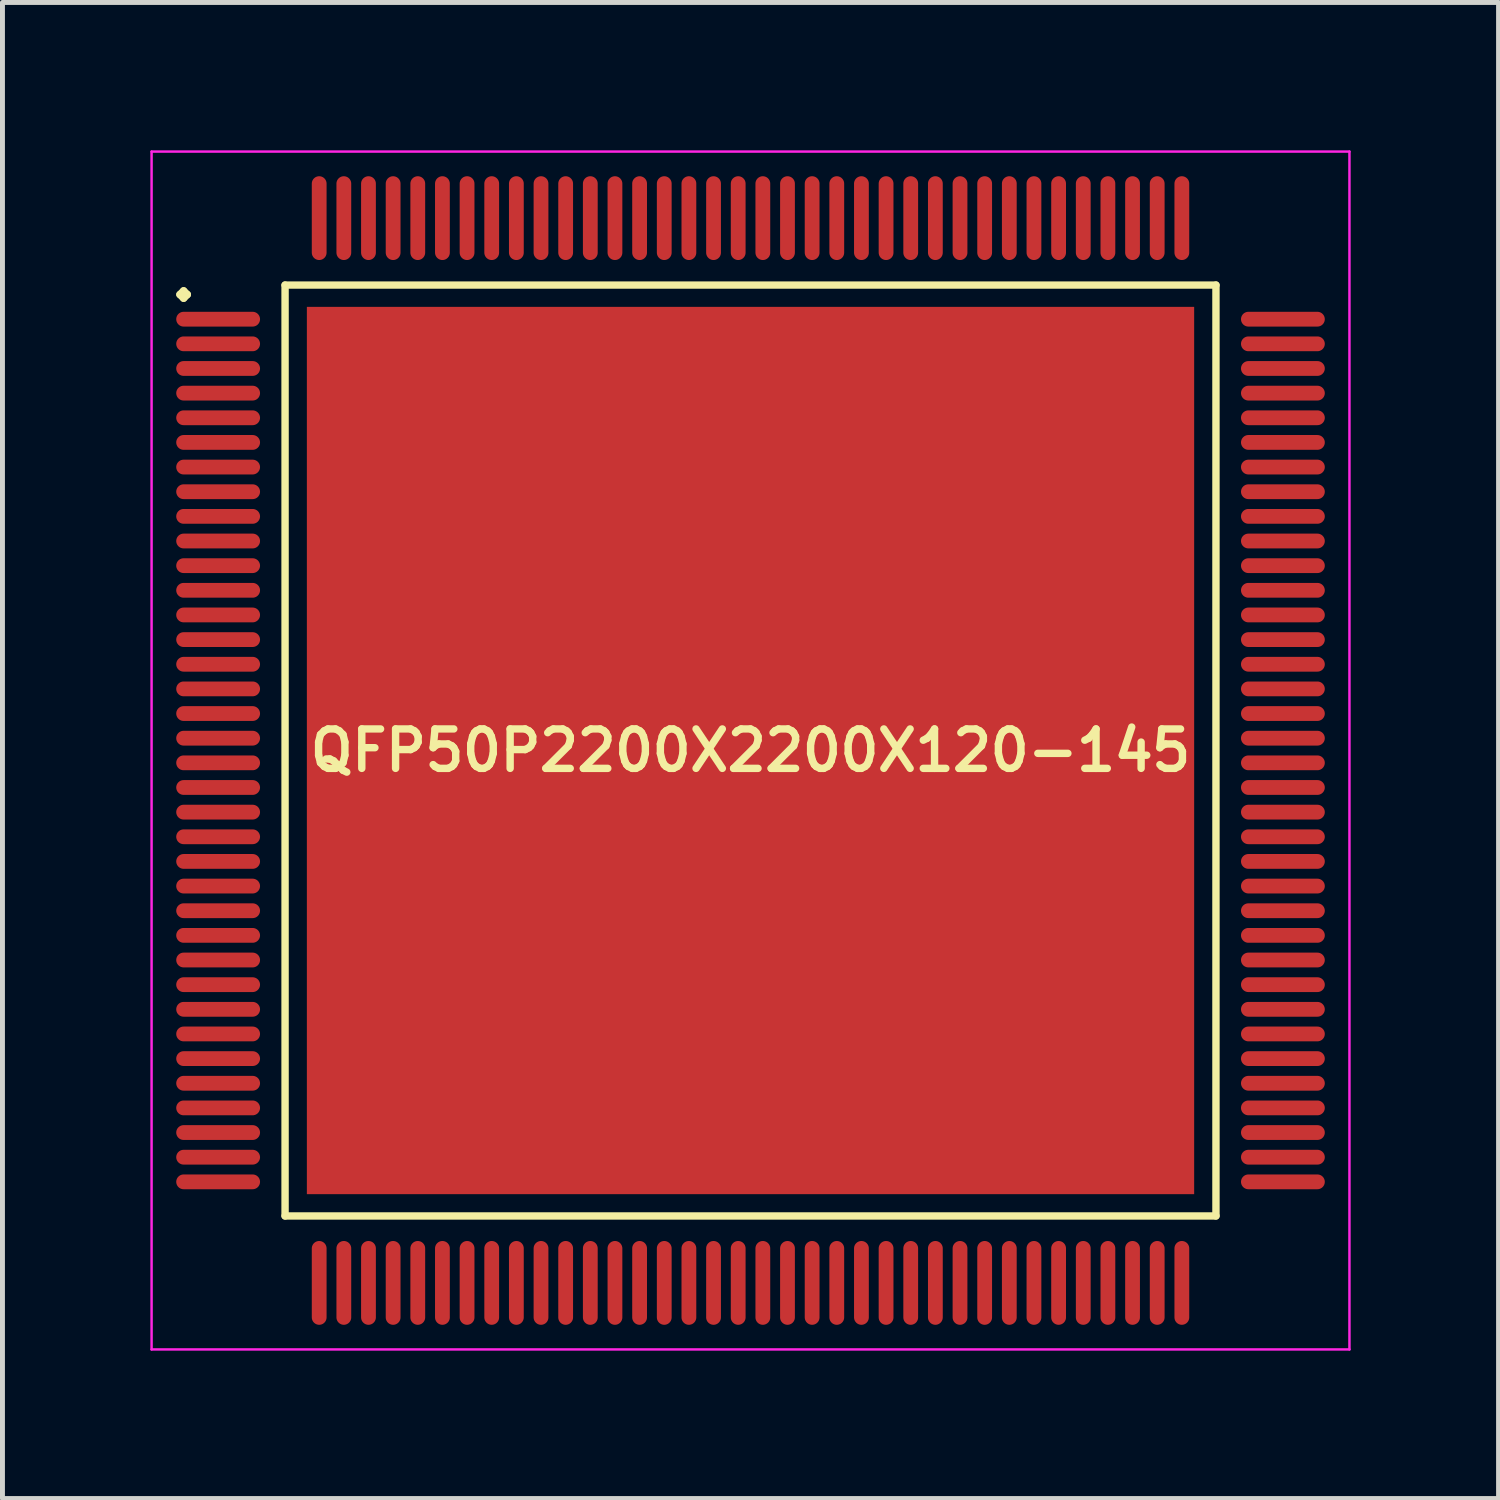
<source format=kicad_pcb>
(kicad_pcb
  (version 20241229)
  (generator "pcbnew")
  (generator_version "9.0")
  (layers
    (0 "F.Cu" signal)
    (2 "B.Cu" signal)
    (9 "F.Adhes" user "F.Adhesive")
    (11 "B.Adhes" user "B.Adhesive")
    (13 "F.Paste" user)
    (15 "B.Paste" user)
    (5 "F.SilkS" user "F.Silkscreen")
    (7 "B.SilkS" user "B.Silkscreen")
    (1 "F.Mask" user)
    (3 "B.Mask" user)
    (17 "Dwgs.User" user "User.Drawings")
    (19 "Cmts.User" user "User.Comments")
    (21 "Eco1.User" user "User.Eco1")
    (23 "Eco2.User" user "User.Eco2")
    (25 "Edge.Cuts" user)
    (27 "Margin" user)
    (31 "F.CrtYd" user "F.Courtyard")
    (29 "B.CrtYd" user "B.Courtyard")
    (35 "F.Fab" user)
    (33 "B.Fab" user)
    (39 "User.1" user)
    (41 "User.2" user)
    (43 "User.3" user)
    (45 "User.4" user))
  (footprint "QFP50P2200X2200X120-145"
    (layer "F.Cu")
    (at 12.175 12.175)
    (property "Reference" "QFP50P2200X2200X120-145" (at 0 0 0) (layer "F.SilkS") (effects (font (size 0.8 0.8) (thickness 0.15))))
    (attr smd)
    (fp_line (start -11.575 -9.25) (end -11.5 -9.325) (stroke (width 0.15) (type solid)) (layer "F.SilkS"))
    (fp_line (start -11.5 -9.325) (end -11.425 -9.25) (stroke (width 0.15) (type solid)) (layer "F.SilkS"))
    (fp_line (start -11.5 -9.175) (end -11.575 -9.25) (stroke (width 0.15) (type solid)) (layer "F.SilkS"))
    (fp_line (start -11.425 -9.25) (end -11.5 -9.175) (stroke (width 0.15) (type solid)) (layer "F.SilkS"))
    (fp_line (start -9.442 -9.442) (end -9.442 9.442) (stroke (width 0.15) (type solid)) (layer "F.SilkS"))
    (fp_line (start -9.442 9.442) (end 9.442 9.442) (stroke (width 0.15) (type solid)) (layer "F.SilkS"))
    (fp_line (start 9.442 -9.442) (end -9.442 -9.442) (stroke (width 0.15) (type solid)) (layer "F.SilkS"))
    (fp_line (start 9.442 9.442) (end 9.442 -9.442) (stroke (width 0.15) (type solid)) (layer "F.SilkS"))
    (fp_line (start -12.15 -12.15) (end 12.15 -12.15) (stroke (width 0.05) (type solid)) (layer "F.CrtYd"))
    (fp_line (start -12.15 12.15) (end -12.15 -12.15) (stroke (width 0.05) (type solid)) (layer "F.CrtYd"))
    (fp_line (start 12.15 -12.15) (end 12.15 12.15) (stroke (width 0.05) (type solid)) (layer "F.CrtYd"))
    (fp_line (start 12.15 12.15) (end -12.15 12.15) (stroke (width 0.05) (type solid)) (layer "F.CrtYd"))
    (pad "1" smd oval (at -10.8 -8.75) (size 1.7 0.3) (layers "F.Cu" "F.Mask" "F.Paste"))
    (pad "2" smd oval (at -10.8 -8.25) (size 1.7 0.3) (layers "F.Cu" "F.Mask" "F.Paste"))
    (pad "3" smd oval (at -10.8 -7.75) (size 1.7 0.3) (layers "F.Cu" "F.Mask" "F.Paste"))
    (pad "4" smd oval (at -10.8 -7.25) (size 1.7 0.3) (layers "F.Cu" "F.Mask" "F.Paste"))
    (pad "5" smd oval (at -10.8 -6.75) (size 1.7 0.3) (layers "F.Cu" "F.Mask" "F.Paste"))
    (pad "6" smd oval (at -10.8 -6.25) (size 1.7 0.3) (layers "F.Cu" "F.Mask" "F.Paste"))
    (pad "7" smd oval (at -10.8 -5.75) (size 1.7 0.3) (layers "F.Cu" "F.Mask" "F.Paste"))
    (pad "8" smd oval (at -10.8 -5.25) (size 1.7 0.3) (layers "F.Cu" "F.Mask" "F.Paste"))
    (pad "9" smd oval (at -10.8 -4.75) (size 1.7 0.3) (layers "F.Cu" "F.Mask" "F.Paste"))
    (pad "10" smd oval (at -10.8 -4.25) (size 1.7 0.3) (layers "F.Cu" "F.Mask" "F.Paste"))
    (pad "11" smd oval (at -10.8 -3.75) (size 1.7 0.3) (layers "F.Cu" "F.Mask" "F.Paste"))
    (pad "12" smd oval (at -10.8 -3.25) (size 1.7 0.3) (layers "F.Cu" "F.Mask" "F.Paste"))
    (pad "13" smd oval (at -10.8 -2.75) (size 1.7 0.3) (layers "F.Cu" "F.Mask" "F.Paste"))
    (pad "14" smd oval (at -10.8 -2.25) (size 1.7 0.3) (layers "F.Cu" "F.Mask" "F.Paste"))
    (pad "15" smd oval (at -10.8 -1.75) (size 1.7 0.3) (layers "F.Cu" "F.Mask" "F.Paste"))
    (pad "16" smd oval (at -10.8 -1.25) (size 1.7 0.3) (layers "F.Cu" "F.Mask" "F.Paste"))
    (pad "17" smd oval (at -10.8 -0.75) (size 1.7 0.3) (layers "F.Cu" "F.Mask" "F.Paste"))
    (pad "18" smd oval (at -10.8 -0.25) (size 1.7 0.3) (layers "F.Cu" "F.Mask" "F.Paste"))
    (pad "19" smd oval (at -10.8 0.25) (size 1.7 0.3) (layers "F.Cu" "F.Mask" "F.Paste"))
    (pad "20" smd oval (at -10.8 0.75) (size 1.7 0.3) (layers "F.Cu" "F.Mask" "F.Paste"))
    (pad "21" smd oval (at -10.8 1.25) (size 1.7 0.3) (layers "F.Cu" "F.Mask" "F.Paste"))
    (pad "22" smd oval (at -10.8 1.75) (size 1.7 0.3) (layers "F.Cu" "F.Mask" "F.Paste"))
    (pad "23" smd oval (at -10.8 2.25) (size 1.7 0.3) (layers "F.Cu" "F.Mask" "F.Paste"))
    (pad "24" smd oval (at -10.8 2.75) (size 1.7 0.3) (layers "F.Cu" "F.Mask" "F.Paste"))
    (pad "25" smd oval (at -10.8 3.25) (size 1.7 0.3) (layers "F.Cu" "F.Mask" "F.Paste"))
    (pad "26" smd oval (at -10.8 3.75) (size 1.7 0.3) (layers "F.Cu" "F.Mask" "F.Paste"))
    (pad "27" smd oval (at -10.8 4.25) (size 1.7 0.3) (layers "F.Cu" "F.Mask" "F.Paste"))
    (pad "28" smd oval (at -10.8 4.75) (size 1.7 0.3) (layers "F.Cu" "F.Mask" "F.Paste"))
    (pad "29" smd oval (at -10.8 5.25) (size 1.7 0.3) (layers "F.Cu" "F.Mask" "F.Paste"))
    (pad "30" smd oval (at -10.8 5.75) (size 1.7 0.3) (layers "F.Cu" "F.Mask" "F.Paste"))
    (pad "31" smd oval (at -10.8 6.25) (size 1.7 0.3) (layers "F.Cu" "F.Mask" "F.Paste"))
    (pad "32" smd oval (at -10.8 6.75) (size 1.7 0.3) (layers "F.Cu" "F.Mask" "F.Paste"))
    (pad "33" smd oval (at -10.8 7.25) (size 1.7 0.3) (layers "F.Cu" "F.Mask" "F.Paste"))
    (pad "34" smd oval (at -10.8 7.75) (size 1.7 0.3) (layers "F.Cu" "F.Mask" "F.Paste"))
    (pad "35" smd oval (at -10.8 8.25) (size 1.7 0.3) (layers "F.Cu" "F.Mask" "F.Paste"))
    (pad "36" smd oval (at -10.8 8.75) (size 1.7 0.3) (layers "F.Cu" "F.Mask" "F.Paste"))
    (pad "37" smd oval (at -8.75 10.8) (size 0.3 1.7) (layers "F.Cu" "F.Mask" "F.Paste"))
    (pad "38" smd oval (at -8.25 10.8) (size 0.3 1.7) (layers "F.Cu" "F.Mask" "F.Paste"))
    (pad "39" smd oval (at -7.75 10.8) (size 0.3 1.7) (layers "F.Cu" "F.Mask" "F.Paste"))
    (pad "40" smd oval (at -7.25 10.8) (size 0.3 1.7) (layers "F.Cu" "F.Mask" "F.Paste"))
    (pad "41" smd oval (at -6.75 10.8) (size 0.3 1.7) (layers "F.Cu" "F.Mask" "F.Paste"))
    (pad "42" smd oval (at -6.25 10.8) (size 0.3 1.7) (layers "F.Cu" "F.Mask" "F.Paste"))
    (pad "43" smd oval (at -5.75 10.8) (size 0.3 1.7) (layers "F.Cu" "F.Mask" "F.Paste"))
    (pad "44" smd oval (at -5.25 10.8) (size 0.3 1.7) (layers "F.Cu" "F.Mask" "F.Paste"))
    (pad "45" smd oval (at -4.75 10.8) (size 0.3 1.7) (layers "F.Cu" "F.Mask" "F.Paste"))
    (pad "46" smd oval (at -4.25 10.8) (size 0.3 1.7) (layers "F.Cu" "F.Mask" "F.Paste"))
    (pad "47" smd oval (at -3.75 10.8) (size 0.3 1.7) (layers "F.Cu" "F.Mask" "F.Paste"))
    (pad "48" smd oval (at -3.25 10.8) (size 0.3 1.7) (layers "F.Cu" "F.Mask" "F.Paste"))
    (pad "49" smd oval (at -2.75 10.8) (size 0.3 1.7) (layers "F.Cu" "F.Mask" "F.Paste"))
    (pad "50" smd oval (at -2.25 10.8) (size 0.3 1.7) (layers "F.Cu" "F.Mask" "F.Paste"))
    (pad "51" smd oval (at -1.75 10.8) (size 0.3 1.7) (layers "F.Cu" "F.Mask" "F.Paste"))
    (pad "52" smd oval (at -1.25 10.8) (size 0.3 1.7) (layers "F.Cu" "F.Mask" "F.Paste"))
    (pad "53" smd oval (at -0.75 10.8) (size 0.3 1.7) (layers "F.Cu" "F.Mask" "F.Paste"))
    (pad "54" smd oval (at -0.25 10.8) (size 0.3 1.7) (layers "F.Cu" "F.Mask" "F.Paste"))
    (pad "55" smd oval (at 0.25 10.8) (size 0.3 1.7) (layers "F.Cu" "F.Mask" "F.Paste"))
    (pad "56" smd oval (at 0.75 10.8) (size 0.3 1.7) (layers "F.Cu" "F.Mask" "F.Paste"))
    (pad "57" smd oval (at 1.25 10.8) (size 0.3 1.7) (layers "F.Cu" "F.Mask" "F.Paste"))
    (pad "58" smd oval (at 1.75 10.8) (size 0.3 1.7) (layers "F.Cu" "F.Mask" "F.Paste"))
    (pad "59" smd oval (at 2.25 10.8) (size 0.3 1.7) (layers "F.Cu" "F.Mask" "F.Paste"))
    (pad "60" smd oval (at 2.75 10.8) (size 0.3 1.7) (layers "F.Cu" "F.Mask" "F.Paste"))
    (pad "61" smd oval (at 3.25 10.8) (size 0.3 1.7) (layers "F.Cu" "F.Mask" "F.Paste"))
    (pad "62" smd oval (at 3.75 10.8) (size 0.3 1.7) (layers "F.Cu" "F.Mask" "F.Paste"))
    (pad "63" smd oval (at 4.25 10.8) (size 0.3 1.7) (layers "F.Cu" "F.Mask" "F.Paste"))
    (pad "64" smd oval (at 4.75 10.8) (size 0.3 1.7) (layers "F.Cu" "F.Mask" "F.Paste"))
    (pad "65" smd oval (at 5.25 10.8) (size 0.3 1.7) (layers "F.Cu" "F.Mask" "F.Paste"))
    (pad "66" smd oval (at 5.75 10.8) (size 0.3 1.7) (layers "F.Cu" "F.Mask" "F.Paste"))
    (pad "67" smd oval (at 6.25 10.8) (size 0.3 1.7) (layers "F.Cu" "F.Mask" "F.Paste"))
    (pad "68" smd oval (at 6.75 10.8) (size 0.3 1.7) (layers "F.Cu" "F.Mask" "F.Paste"))
    (pad "69" smd oval (at 7.25 10.8) (size 0.3 1.7) (layers "F.Cu" "F.Mask" "F.Paste"))
    (pad "70" smd oval (at 7.75 10.8) (size 0.3 1.7) (layers "F.Cu" "F.Mask" "F.Paste"))
    (pad "71" smd oval (at 8.25 10.8) (size 0.3 1.7) (layers "F.Cu" "F.Mask" "F.Paste"))
    (pad "72" smd oval (at 8.75 10.8) (size 0.3 1.7) (layers "F.Cu" "F.Mask" "F.Paste"))
    (pad "73" smd oval (at 10.8 8.75) (size 1.7 0.3) (layers "F.Cu" "F.Mask" "F.Paste"))
    (pad "74" smd oval (at 10.8 8.25) (size 1.7 0.3) (layers "F.Cu" "F.Mask" "F.Paste"))
    (pad "75" smd oval (at 10.8 7.75) (size 1.7 0.3) (layers "F.Cu" "F.Mask" "F.Paste"))
    (pad "76" smd oval (at 10.8 7.25) (size 1.7 0.3) (layers "F.Cu" "F.Mask" "F.Paste"))
    (pad "77" smd oval (at 10.8 6.75) (size 1.7 0.3) (layers "F.Cu" "F.Mask" "F.Paste"))
    (pad "78" smd oval (at 10.8 6.25) (size 1.7 0.3) (layers "F.Cu" "F.Mask" "F.Paste"))
    (pad "79" smd oval (at 10.8 5.75) (size 1.7 0.3) (layers "F.Cu" "F.Mask" "F.Paste"))
    (pad "80" smd oval (at 10.8 5.25) (size 1.7 0.3) (layers "F.Cu" "F.Mask" "F.Paste"))
    (pad "81" smd oval (at 10.8 4.75) (size 1.7 0.3) (layers "F.Cu" "F.Mask" "F.Paste"))
    (pad "82" smd oval (at 10.8 4.25) (size 1.7 0.3) (layers "F.Cu" "F.Mask" "F.Paste"))
    (pad "83" smd oval (at 10.8 3.75) (size 1.7 0.3) (layers "F.Cu" "F.Mask" "F.Paste"))
    (pad "84" smd oval (at 10.8 3.25) (size 1.7 0.3) (layers "F.Cu" "F.Mask" "F.Paste"))
    (pad "85" smd oval (at 10.8 2.75) (size 1.7 0.3) (layers "F.Cu" "F.Mask" "F.Paste"))
    (pad "86" smd oval (at 10.8 2.25) (size 1.7 0.3) (layers "F.Cu" "F.Mask" "F.Paste"))
    (pad "87" smd oval (at 10.8 1.75) (size 1.7 0.3) (layers "F.Cu" "F.Mask" "F.Paste"))
    (pad "88" smd oval (at 10.8 1.25) (size 1.7 0.3) (layers "F.Cu" "F.Mask" "F.Paste"))
    (pad "89" smd oval (at 10.8 0.75) (size 1.7 0.3) (layers "F.Cu" "F.Mask" "F.Paste"))
    (pad "90" smd oval (at 10.8 0.25) (size 1.7 0.3) (layers "F.Cu" "F.Mask" "F.Paste"))
    (pad "91" smd oval (at 10.8 -0.25) (size 1.7 0.3) (layers "F.Cu" "F.Mask" "F.Paste"))
    (pad "92" smd oval (at 10.8 -0.75) (size 1.7 0.3) (layers "F.Cu" "F.Mask" "F.Paste"))
    (pad "93" smd oval (at 10.8 -1.25) (size 1.7 0.3) (layers "F.Cu" "F.Mask" "F.Paste"))
    (pad "94" smd oval (at 10.8 -1.75) (size 1.7 0.3) (layers "F.Cu" "F.Mask" "F.Paste"))
    (pad "95" smd oval (at 10.8 -2.25) (size 1.7 0.3) (layers "F.Cu" "F.Mask" "F.Paste"))
    (pad "96" smd oval (at 10.8 -2.75) (size 1.7 0.3) (layers "F.Cu" "F.Mask" "F.Paste"))
    (pad "97" smd oval (at 10.8 -3.25) (size 1.7 0.3) (layers "F.Cu" "F.Mask" "F.Paste"))
    (pad "98" smd oval (at 10.8 -3.75) (size 1.7 0.3) (layers "F.Cu" "F.Mask" "F.Paste"))
    (pad "99" smd oval (at 10.8 -4.25) (size 1.7 0.3) (layers "F.Cu" "F.Mask" "F.Paste"))
    (pad "100" smd oval (at 10.8 -4.75) (size 1.7 0.3) (layers "F.Cu" "F.Mask" "F.Paste"))
    (pad "101" smd oval (at 10.8 -5.25) (size 1.7 0.3) (layers "F.Cu" "F.Mask" "F.Paste"))
    (pad "102" smd oval (at 10.8 -5.75) (size 1.7 0.3) (layers "F.Cu" "F.Mask" "F.Paste"))
    (pad "103" smd oval (at 10.8 -6.25) (size 1.7 0.3) (layers "F.Cu" "F.Mask" "F.Paste"))
    (pad "104" smd oval (at 10.8 -6.75) (size 1.7 0.3) (layers "F.Cu" "F.Mask" "F.Paste"))
    (pad "105" smd oval (at 10.8 -7.25) (size 1.7 0.3) (layers "F.Cu" "F.Mask" "F.Paste"))
    (pad "106" smd oval (at 10.8 -7.75) (size 1.7 0.3) (layers "F.Cu" "F.Mask" "F.Paste"))
    (pad "107" smd oval (at 10.8 -8.25) (size 1.7 0.3) (layers "F.Cu" "F.Mask" "F.Paste"))
    (pad "108" smd oval (at 10.8 -8.75) (size 1.7 0.3) (layers "F.Cu" "F.Mask" "F.Paste"))
    (pad "109" smd oval (at 8.75 -10.8) (size 0.3 1.7) (layers "F.Cu" "F.Mask" "F.Paste"))
    (pad "110" smd oval (at 8.25 -10.8) (size 0.3 1.7) (layers "F.Cu" "F.Mask" "F.Paste"))
    (pad "111" smd oval (at 7.75 -10.8) (size 0.3 1.7) (layers "F.Cu" "F.Mask" "F.Paste"))
    (pad "112" smd oval (at 7.25 -10.8) (size 0.3 1.7) (layers "F.Cu" "F.Mask" "F.Paste"))
    (pad "113" smd oval (at 6.75 -10.8) (size 0.3 1.7) (layers "F.Cu" "F.Mask" "F.Paste"))
    (pad "114" smd oval (at 6.25 -10.8) (size 0.3 1.7) (layers "F.Cu" "F.Mask" "F.Paste"))
    (pad "115" smd oval (at 5.75 -10.8) (size 0.3 1.7) (layers "F.Cu" "F.Mask" "F.Paste"))
    (pad "116" smd oval (at 5.25 -10.8) (size 0.3 1.7) (layers "F.Cu" "F.Mask" "F.Paste"))
    (pad "117" smd oval (at 4.75 -10.8) (size 0.3 1.7) (layers "F.Cu" "F.Mask" "F.Paste"))
    (pad "118" smd oval (at 4.25 -10.8) (size 0.3 1.7) (layers "F.Cu" "F.Mask" "F.Paste"))
    (pad "119" smd oval (at 3.75 -10.8) (size 0.3 1.7) (layers "F.Cu" "F.Mask" "F.Paste"))
    (pad "120" smd oval (at 3.25 -10.8) (size 0.3 1.7) (layers "F.Cu" "F.Mask" "F.Paste"))
    (pad "121" smd oval (at 2.75 -10.8) (size 0.3 1.7) (layers "F.Cu" "F.Mask" "F.Paste"))
    (pad "122" smd oval (at 2.25 -10.8) (size 0.3 1.7) (layers "F.Cu" "F.Mask" "F.Paste"))
    (pad "123" smd oval (at 1.75 -10.8) (size 0.3 1.7) (layers "F.Cu" "F.Mask" "F.Paste"))
    (pad "124" smd oval (at 1.25 -10.8) (size 0.3 1.7) (layers "F.Cu" "F.Mask" "F.Paste"))
    (pad "125" smd oval (at 0.75 -10.8) (size 0.3 1.7) (layers "F.Cu" "F.Mask" "F.Paste"))
    (pad "126" smd oval (at 0.25 -10.8) (size 0.3 1.7) (layers "F.Cu" "F.Mask" "F.Paste"))
    (pad "127" smd oval (at -0.25 -10.8) (size 0.3 1.7) (layers "F.Cu" "F.Mask" "F.Paste"))
    (pad "128" smd oval (at -0.75 -10.8) (size 0.3 1.7) (layers "F.Cu" "F.Mask" "F.Paste"))
    (pad "129" smd oval (at -1.25 -10.8) (size 0.3 1.7) (layers "F.Cu" "F.Mask" "F.Paste"))
    (pad "130" smd oval (at -1.75 -10.8) (size 0.3 1.7) (layers "F.Cu" "F.Mask" "F.Paste"))
    (pad "131" smd oval (at -2.25 -10.8) (size 0.3 1.7) (layers "F.Cu" "F.Mask" "F.Paste"))
    (pad "132" smd oval (at -2.75 -10.8) (size 0.3 1.7) (layers "F.Cu" "F.Mask" "F.Paste"))
    (pad "133" smd oval (at -3.25 -10.8) (size 0.3 1.7) (layers "F.Cu" "F.Mask" "F.Paste"))
    (pad "134" smd oval (at -3.75 -10.8) (size 0.3 1.7) (layers "F.Cu" "F.Mask" "F.Paste"))
    (pad "135" smd oval (at -4.25 -10.8) (size 0.3 1.7) (layers "F.Cu" "F.Mask" "F.Paste"))
    (pad "136" smd oval (at -4.75 -10.8) (size 0.3 1.7) (layers "F.Cu" "F.Mask" "F.Paste"))
    (pad "137" smd oval (at -5.25 -10.8) (size 0.3 1.7) (layers "F.Cu" "F.Mask" "F.Paste"))
    (pad "138" smd oval (at -5.75 -10.8) (size 0.3 1.7) (layers "F.Cu" "F.Mask" "F.Paste"))
    (pad "139" smd oval (at -6.25 -10.8) (size 0.3 1.7) (layers "F.Cu" "F.Mask" "F.Paste"))
    (pad "140" smd oval (at -6.75 -10.8) (size 0.3 1.7) (layers "F.Cu" "F.Mask" "F.Paste"))
    (pad "141" smd oval (at -7.25 -10.8) (size 0.3 1.7) (layers "F.Cu" "F.Mask" "F.Paste"))
    (pad "142" smd oval (at -7.75 -10.8) (size 0.3 1.7) (layers "F.Cu" "F.Mask" "F.Paste"))
    (pad "143" smd oval (at -8.25 -10.8) (size 0.3 1.7) (layers "F.Cu" "F.Mask" "F.Paste"))
    (pad "144" smd oval (at -8.75 -10.8) (size 0.3 1.7) (layers "F.Cu" "F.Mask" "F.Paste"))
    (pad "145" smd rect (at 0 0) (size 18 18) (layers "F.Cu" "F.Mask" "F.Paste")))
  (gr_rect
    (start -3 -3)
    (end 27.35 27.35)
    (stroke (width 0.1) (type default))
    (fill no)
    (layer "Edge.Cuts")))
</source>
